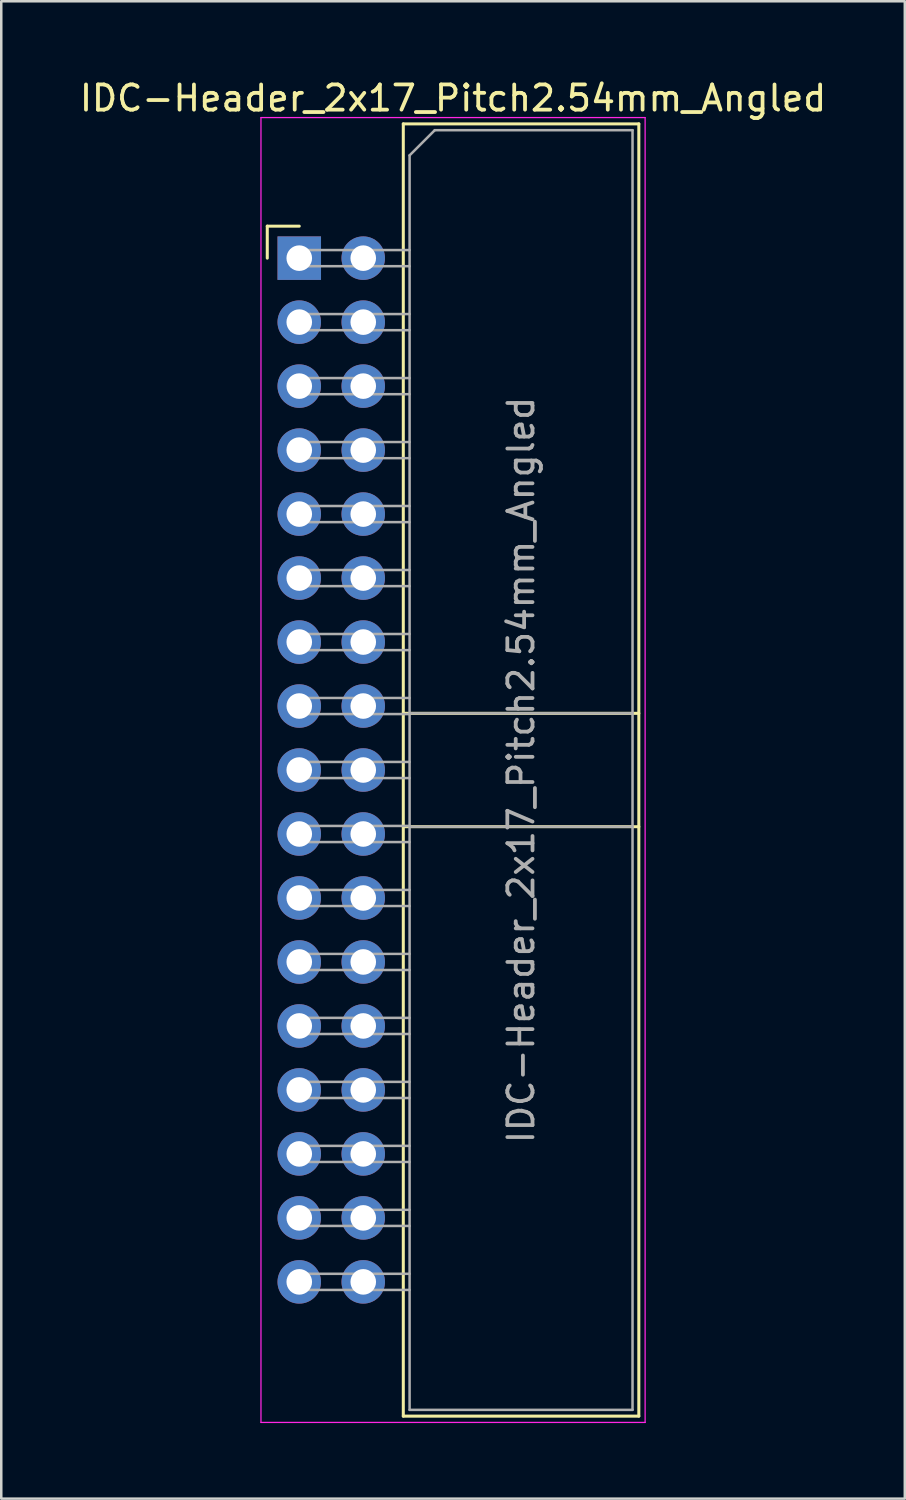
<source format=kicad_pcb>
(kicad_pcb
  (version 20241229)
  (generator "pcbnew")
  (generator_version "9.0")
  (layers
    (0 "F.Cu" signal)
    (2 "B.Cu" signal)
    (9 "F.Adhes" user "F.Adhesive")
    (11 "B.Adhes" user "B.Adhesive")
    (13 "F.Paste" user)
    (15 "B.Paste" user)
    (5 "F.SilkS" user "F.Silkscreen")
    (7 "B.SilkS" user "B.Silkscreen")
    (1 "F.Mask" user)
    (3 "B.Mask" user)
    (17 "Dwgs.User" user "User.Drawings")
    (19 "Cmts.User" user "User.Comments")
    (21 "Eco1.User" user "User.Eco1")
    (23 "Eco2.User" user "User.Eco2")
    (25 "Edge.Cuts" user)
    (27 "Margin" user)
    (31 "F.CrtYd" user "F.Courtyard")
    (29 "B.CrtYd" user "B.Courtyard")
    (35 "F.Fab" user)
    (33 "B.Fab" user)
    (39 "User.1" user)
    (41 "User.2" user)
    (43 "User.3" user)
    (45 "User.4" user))
  (footprint "IDC-Header_2x17_Pitch2.54mm_Angled"
    (layer "F.Cu")
    (at 8.83 7.198)
    (property "Reference" "IDC-Header_2x17_Pitch2.54mm_Angled" (at 6.105 -6.35 0) (layer "F.SilkS") (effects (font (size 1 1) (thickness 0.15))))
    (attr through_hole)
    (fp_line (start -1.27 -1.27) (end -1.27 0) (stroke (width 0.12) (type solid)) (layer "F.SilkS"))
    (fp_line (start 0 -1.27) (end -1.27 -1.27) (stroke (width 0.12) (type solid)) (layer "F.SilkS"))
    (fp_line (start 4.13 -5.33) (end 13.48 -5.33) (stroke (width 0.12) (type solid)) (layer "F.SilkS"))
    (fp_line (start 4.13 18.07) (end 13.48 18.07) (stroke (width 0.12) (type solid)) (layer "F.SilkS"))
    (fp_line (start 4.13 22.57) (end 13.48 22.57) (stroke (width 0.12) (type solid)) (layer "F.SilkS"))
    (fp_line (start 4.13 45.97) (end 4.13 -5.33) (stroke (width 0.12) (type solid)) (layer "F.SilkS"))
    (fp_line (start 4.13 45.97) (end 13.48 45.97) (stroke (width 0.12) (type solid)) (layer "F.SilkS"))
    (fp_line (start 13.48 -5.33) (end 13.48 45.97) (stroke (width 0.12) (type solid)) (layer "F.SilkS"))
    (fp_line (start -1.52 -5.58) (end 13.73 -5.58) (stroke (width 0.05) (type solid)) (layer "F.CrtYd"))
    (fp_line (start -1.52 46.22) (end -1.52 -5.58) (stroke (width 0.05) (type solid)) (layer "F.CrtYd"))
    (fp_line (start 13.73 -5.58) (end 13.73 46.22) (stroke (width 0.05) (type solid)) (layer "F.CrtYd"))
    (fp_line (start 13.73 46.22) (end -1.52 46.22) (stroke (width 0.05) (type solid)) (layer "F.CrtYd"))
    (fp_line (start -0.32 -0.32) (end -0.32 0.32) (stroke (width 0.1) (type solid)) (layer "F.Fab"))
    (fp_line (start -0.32 0.32) (end 4.38 0.32) (stroke (width 0.1) (type solid)) (layer "F.Fab"))
    (fp_line (start -0.32 2.22) (end -0.32 2.86) (stroke (width 0.1) (type solid)) (layer "F.Fab"))
    (fp_line (start -0.32 2.86) (end 4.38 2.86) (stroke (width 0.1) (type solid)) (layer "F.Fab"))
    (fp_line (start -0.32 4.76) (end -0.32 5.4) (stroke (width 0.1) (type solid)) (layer "F.Fab"))
    (fp_line (start -0.32 5.4) (end 4.38 5.4) (stroke (width 0.1) (type solid)) (layer "F.Fab"))
    (fp_line (start -0.32 7.3) (end -0.32 7.94) (stroke (width 0.1) (type solid)) (layer "F.Fab"))
    (fp_line (start -0.32 7.94) (end 4.38 7.94) (stroke (width 0.1) (type solid)) (layer "F.Fab"))
    (fp_line (start -0.32 9.84) (end -0.32 10.48) (stroke (width 0.1) (type solid)) (layer "F.Fab"))
    (fp_line (start -0.32 10.48) (end 4.38 10.48) (stroke (width 0.1) (type solid)) (layer "F.Fab"))
    (fp_line (start -0.32 12.38) (end -0.32 13.02) (stroke (width 0.1) (type solid)) (layer "F.Fab"))
    (fp_line (start -0.32 13.02) (end 4.38 13.02) (stroke (width 0.1) (type solid)) (layer "F.Fab"))
    (fp_line (start -0.32 14.92) (end -0.32 15.56) (stroke (width 0.1) (type solid)) (layer "F.Fab"))
    (fp_line (start -0.32 15.56) (end 4.38 15.56) (stroke (width 0.1) (type solid)) (layer "F.Fab"))
    (fp_line (start -0.32 17.46) (end -0.32 18.1) (stroke (width 0.1) (type solid)) (layer "F.Fab"))
    (fp_line (start -0.32 18.1) (end 4.38 18.1) (stroke (width 0.1) (type solid)) (layer "F.Fab"))
    (fp_line (start -0.32 20) (end -0.32 20.64) (stroke (width 0.1) (type solid)) (layer "F.Fab"))
    (fp_line (start -0.32 20.64) (end 4.38 20.64) (stroke (width 0.1) (type solid)) (layer "F.Fab"))
    (fp_line (start -0.32 22.54) (end -0.32 23.18) (stroke (width 0.1) (type solid)) (layer "F.Fab"))
    (fp_line (start -0.32 23.18) (end 4.38 23.18) (stroke (width 0.1) (type solid)) (layer "F.Fab"))
    (fp_line (start -0.32 25.08) (end -0.32 25.72) (stroke (width 0.1) (type solid)) (layer "F.Fab"))
    (fp_line (start -0.32 25.72) (end 4.38 25.72) (stroke (width 0.1) (type solid)) (layer "F.Fab"))
    (fp_line (start -0.32 27.62) (end -0.32 28.26) (stroke (width 0.1) (type solid)) (layer "F.Fab"))
    (fp_line (start -0.32 28.26) (end 4.38 28.26) (stroke (width 0.1) (type solid)) (layer "F.Fab"))
    (fp_line (start -0.32 30.16) (end -0.32 30.8) (stroke (width 0.1) (type solid)) (layer "F.Fab"))
    (fp_line (start -0.32 30.8) (end 4.38 30.8) (stroke (width 0.1) (type solid)) (layer "F.Fab"))
    (fp_line (start -0.32 32.7) (end -0.32 33.34) (stroke (width 0.1) (type solid)) (layer "F.Fab"))
    (fp_line (start -0.32 33.34) (end 4.38 33.34) (stroke (width 0.1) (type solid)) (layer "F.Fab"))
    (fp_line (start -0.32 35.24) (end -0.32 35.88) (stroke (width 0.1) (type solid)) (layer "F.Fab"))
    (fp_line (start -0.32 35.88) (end 4.38 35.88) (stroke (width 0.1) (type solid)) (layer "F.Fab"))
    (fp_line (start -0.32 37.78) (end -0.32 38.42) (stroke (width 0.1) (type solid)) (layer "F.Fab"))
    (fp_line (start -0.32 38.42) (end 4.38 38.42) (stroke (width 0.1) (type solid)) (layer "F.Fab"))
    (fp_line (start -0.32 40.32) (end -0.32 40.96) (stroke (width 0.1) (type solid)) (layer "F.Fab"))
    (fp_line (start -0.32 40.96) (end 4.38 40.96) (stroke (width 0.1) (type solid)) (layer "F.Fab"))
    (fp_line (start 4.38 -4.08) (end 5.38 -5.08) (stroke (width 0.1) (type solid)) (layer "F.Fab"))
    (fp_line (start 4.38 -0.32) (end -0.32 -0.32) (stroke (width 0.1) (type solid)) (layer "F.Fab"))
    (fp_line (start 4.38 2.22) (end -0.32 2.22) (stroke (width 0.1) (type solid)) (layer "F.Fab"))
    (fp_line (start 4.38 4.76) (end -0.32 4.76) (stroke (width 0.1) (type solid)) (layer "F.Fab"))
    (fp_line (start 4.38 7.3) (end -0.32 7.3) (stroke (width 0.1) (type solid)) (layer "F.Fab"))
    (fp_line (start 4.38 9.84) (end -0.32 9.84) (stroke (width 0.1) (type solid)) (layer "F.Fab"))
    (fp_line (start 4.38 12.38) (end -0.32 12.38) (stroke (width 0.1) (type solid)) (layer "F.Fab"))
    (fp_line (start 4.38 14.92) (end -0.32 14.92) (stroke (width 0.1) (type solid)) (layer "F.Fab"))
    (fp_line (start 4.38 17.46) (end -0.32 17.46) (stroke (width 0.1) (type solid)) (layer "F.Fab"))
    (fp_line (start 4.38 18.07) (end 13.23 18.07) (stroke (width 0.1) (type solid)) (layer "F.Fab"))
    (fp_line (start 4.38 20) (end -0.32 20) (stroke (width 0.1) (type solid)) (layer "F.Fab"))
    (fp_line (start 4.38 22.54) (end -0.32 22.54) (stroke (width 0.1) (type solid)) (layer "F.Fab"))
    (fp_line (start 4.38 22.57) (end 13.23 22.57) (stroke (width 0.1) (type solid)) (layer "F.Fab"))
    (fp_line (start 4.38 25.08) (end -0.32 25.08) (stroke (width 0.1) (type solid)) (layer "F.Fab"))
    (fp_line (start 4.38 27.62) (end -0.32 27.62) (stroke (width 0.1) (type solid)) (layer "F.Fab"))
    (fp_line (start 4.38 30.16) (end -0.32 30.16) (stroke (width 0.1) (type solid)) (layer "F.Fab"))
    (fp_line (start 4.38 32.7) (end -0.32 32.7) (stroke (width 0.1) (type solid)) (layer "F.Fab"))
    (fp_line (start 4.38 35.24) (end -0.32 35.24) (stroke (width 0.1) (type solid)) (layer "F.Fab"))
    (fp_line (start 4.38 37.78) (end -0.32 37.78) (stroke (width 0.1) (type solid)) (layer "F.Fab"))
    (fp_line (start 4.38 40.32) (end -0.32 40.32) (stroke (width 0.1) (type solid)) (layer "F.Fab"))
    (fp_line (start 4.38 45.72) (end 4.38 -4.08) (stroke (width 0.1) (type solid)) (layer "F.Fab"))
    (fp_line (start 4.38 45.72) (end 13.23 45.72) (stroke (width 0.1) (type solid)) (layer "F.Fab"))
    (fp_line (start 5.38 -5.08) (end 13.23 -5.08) (stroke (width 0.1) (type solid)) (layer "F.Fab"))
    (fp_line (start 13.23 45.72) (end 13.23 -5.08) (stroke (width 0.1) (type solid)) (layer "F.Fab"))
    (fp_text user "${REFERENCE}" (at 8.805 20.32 90) (layer "F.Fab") (effects (font (size 1 1) (thickness 0.15))))
    (pad "1" thru_hole rect (at 0 0) (size 1.727 1.727) (drill 1.016) (layers "*.Cu" "*.Mask"))
    (pad "2" thru_hole oval (at 2.54 0) (size 1.727 1.727) (drill 1.016) (layers "*.Cu" "*.Mask"))
    (pad "3" thru_hole oval (at 0 2.54) (size 1.727 1.727) (drill 1.016) (layers "*.Cu" "*.Mask"))
    (pad "4" thru_hole oval (at 2.54 2.54) (size 1.727 1.727) (drill 1.016) (layers "*.Cu" "*.Mask"))
    (pad "5" thru_hole oval (at 0 5.08) (size 1.727 1.727) (drill 1.016) (layers "*.Cu" "*.Mask"))
    (pad "6" thru_hole oval (at 2.54 5.08) (size 1.727 1.727) (drill 1.016) (layers "*.Cu" "*.Mask"))
    (pad "7" thru_hole oval (at 0 7.62) (size 1.727 1.727) (drill 1.016) (layers "*.Cu" "*.Mask"))
    (pad "8" thru_hole oval (at 2.54 7.62) (size 1.727 1.727) (drill 1.016) (layers "*.Cu" "*.Mask"))
    (pad "9" thru_hole oval (at 0 10.16) (size 1.727 1.727) (drill 1.016) (layers "*.Cu" "*.Mask"))
    (pad "10" thru_hole oval (at 2.54 10.16) (size 1.727 1.727) (drill 1.016) (layers "*.Cu" "*.Mask"))
    (pad "11" thru_hole oval (at 0 12.7) (size 1.727 1.727) (drill 1.016) (layers "*.Cu" "*.Mask"))
    (pad "12" thru_hole oval (at 2.54 12.7) (size 1.727 1.727) (drill 1.016) (layers "*.Cu" "*.Mask"))
    (pad "13" thru_hole oval (at 0 15.24) (size 1.727 1.727) (drill 1.016) (layers "*.Cu" "*.Mask"))
    (pad "14" thru_hole oval (at 2.54 15.24) (size 1.727 1.727) (drill 1.016) (layers "*.Cu" "*.Mask"))
    (pad "15" thru_hole oval (at 0 17.78) (size 1.727 1.727) (drill 1.016) (layers "*.Cu" "*.Mask"))
    (pad "16" thru_hole oval (at 2.54 17.78) (size 1.727 1.727) (drill 1.016) (layers "*.Cu" "*.Mask"))
    (pad "17" thru_hole oval (at 0 20.32) (size 1.727 1.727) (drill 1.016) (layers "*.Cu" "*.Mask"))
    (pad "18" thru_hole oval (at 2.54 20.32) (size 1.727 1.727) (drill 1.016) (layers "*.Cu" "*.Mask"))
    (pad "19" thru_hole oval (at 0 22.86) (size 1.727 1.727) (drill 1.016) (layers "*.Cu" "*.Mask"))
    (pad "20" thru_hole oval (at 2.54 22.86) (size 1.727 1.727) (drill 1.016) (layers "*.Cu" "*.Mask"))
    (pad "21" thru_hole oval (at 0 25.4) (size 1.727 1.727) (drill 1.016) (layers "*.Cu" "*.Mask"))
    (pad "22" thru_hole oval (at 2.54 25.4) (size 1.727 1.727) (drill 1.016) (layers "*.Cu" "*.Mask"))
    (pad "23" thru_hole oval (at 0 27.94) (size 1.727 1.727) (drill 1.016) (layers "*.Cu" "*.Mask"))
    (pad "24" thru_hole oval (at 2.54 27.94) (size 1.727 1.727) (drill 1.016) (layers "*.Cu" "*.Mask"))
    (pad "25" thru_hole oval (at 0 30.48) (size 1.727 1.727) (drill 1.016) (layers "*.Cu" "*.Mask"))
    (pad "26" thru_hole oval (at 2.54 30.48) (size 1.727 1.727) (drill 1.016) (layers "*.Cu" "*.Mask"))
    (pad "27" thru_hole oval (at 0 33.02) (size 1.727 1.727) (drill 1.016) (layers "*.Cu" "*.Mask"))
    (pad "28" thru_hole oval (at 2.54 33.02) (size 1.727 1.727) (drill 1.016) (layers "*.Cu" "*.Mask"))
    (pad "29" thru_hole oval (at 0 35.56) (size 1.727 1.727) (drill 1.016) (layers "*.Cu" "*.Mask"))
    (pad "30" thru_hole oval (at 2.54 35.56) (size 1.727 1.727) (drill 1.016) (layers "*.Cu" "*.Mask"))
    (pad "31" thru_hole oval (at 0 38.1) (size 1.727 1.727) (drill 1.016) (layers "*.Cu" "*.Mask"))
    (pad "32" thru_hole oval (at 2.54 38.1) (size 1.727 1.727) (drill 1.016) (layers "*.Cu" "*.Mask"))
    (pad "33" thru_hole oval (at 0 40.64) (size 1.727 1.727) (drill 1.016) (layers "*.Cu" "*.Mask"))
    (pad "34" thru_hole oval (at 2.54 40.64) (size 1.727 1.727) (drill 1.016) (layers "*.Cu" "*.Mask")))
  (gr_rect
    (start -3 -3)
    (end 32.869 56.443)
    (stroke (width 0.1) (type default))
    (fill no)
    (layer "Edge.Cuts")))
</source>
